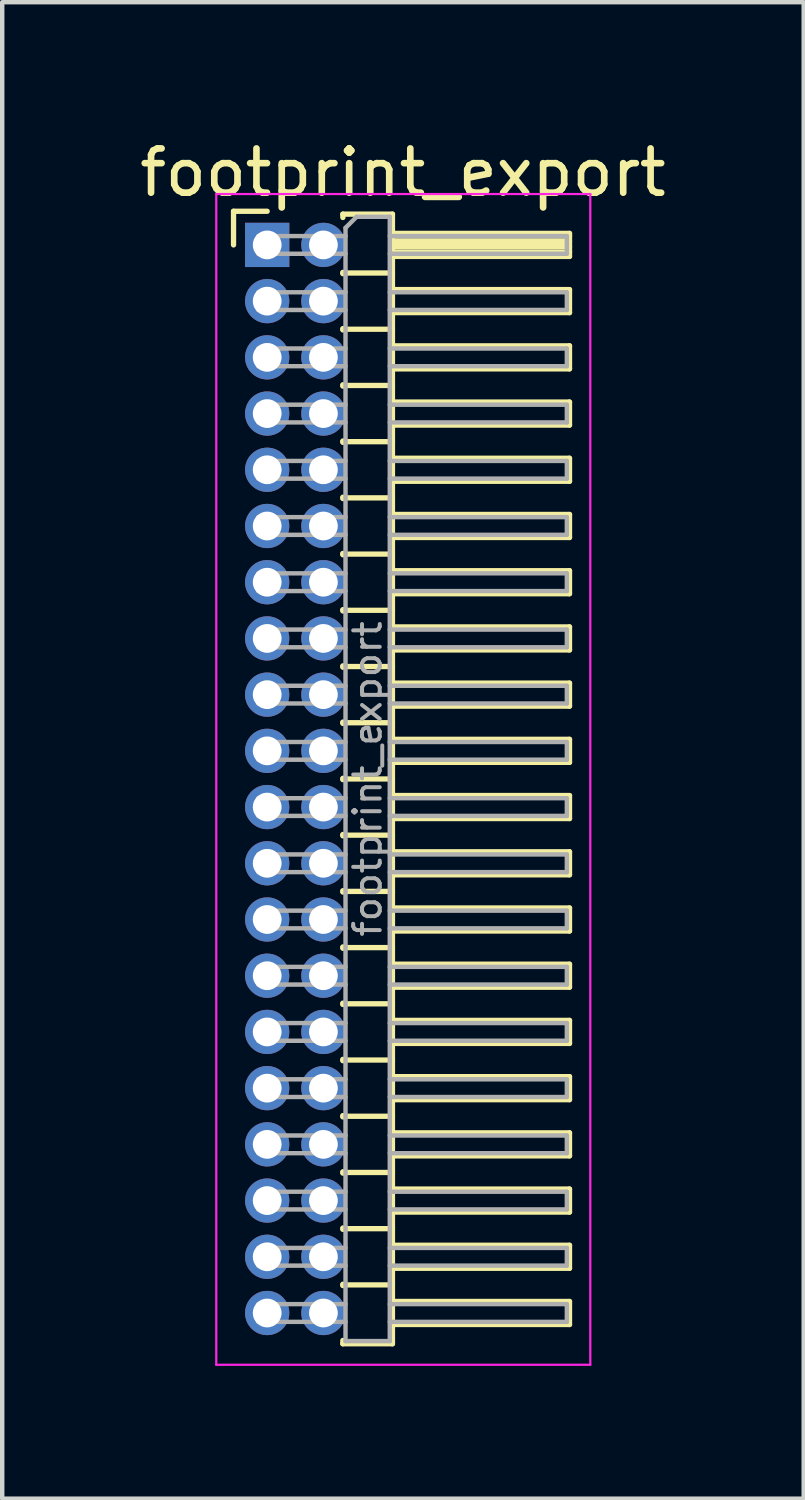
<source format=kicad_pcb>
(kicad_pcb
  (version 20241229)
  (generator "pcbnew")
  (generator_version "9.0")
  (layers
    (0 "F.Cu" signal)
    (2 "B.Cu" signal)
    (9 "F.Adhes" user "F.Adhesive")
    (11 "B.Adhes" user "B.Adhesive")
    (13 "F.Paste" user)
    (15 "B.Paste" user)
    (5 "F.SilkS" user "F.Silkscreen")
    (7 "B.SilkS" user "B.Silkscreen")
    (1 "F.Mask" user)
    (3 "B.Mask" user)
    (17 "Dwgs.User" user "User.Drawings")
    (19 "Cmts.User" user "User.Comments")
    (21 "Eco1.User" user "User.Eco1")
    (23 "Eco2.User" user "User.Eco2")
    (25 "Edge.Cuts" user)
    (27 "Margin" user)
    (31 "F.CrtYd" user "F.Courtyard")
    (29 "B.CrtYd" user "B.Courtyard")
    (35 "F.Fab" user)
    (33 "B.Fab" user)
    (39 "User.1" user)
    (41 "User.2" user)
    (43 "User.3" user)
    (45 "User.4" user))
  (footprint "footprint_export"
    (layer "F.Cu")
    (at 2.986 2.483)
    (property "Reference" "footprint_export" (at 3.067 -1.635 0) (layer "F.SilkS") (effects (font (size 1 1) (thickness 0.15))))
    (attr through_hole)
    (fp_line (start -0.76 -0.76) (end 0 -0.76) (stroke (width 0.12) (type solid)) (layer "F.SilkS"))
    (fp_line (start -0.76 0) (end -0.76 -0.76) (stroke (width 0.12) (type solid)) (layer "F.SilkS"))
    (fp_line (start 1.71 -0.695) (end 2.83 -0.695) (stroke (width 0.12) (type solid)) (layer "F.SilkS"))
    (fp_line (start 1.71 -0.62) (end 1.71 -0.695) (stroke (width 0.12) (type solid)) (layer "F.SilkS"))
    (fp_line (start 1.71 0.62) (end 1.71 0.65) (stroke (width 0.12) (type solid)) (layer "F.SilkS"))
    (fp_line (start 1.71 0.635) (end 2.83 0.635) (stroke (width 0.12) (type solid)) (layer "F.SilkS"))
    (fp_line (start 1.71 1.89) (end 1.71 1.92) (stroke (width 0.12) (type solid)) (layer "F.SilkS"))
    (fp_line (start 1.71 1.905) (end 2.83 1.905) (stroke (width 0.12) (type solid)) (layer "F.SilkS"))
    (fp_line (start 1.71 3.16) (end 1.71 3.19) (stroke (width 0.12) (type solid)) (layer "F.SilkS"))
    (fp_line (start 1.71 3.175) (end 2.83 3.175) (stroke (width 0.12) (type solid)) (layer "F.SilkS"))
    (fp_line (start 1.71 4.43) (end 1.71 4.46) (stroke (width 0.12) (type solid)) (layer "F.SilkS"))
    (fp_line (start 1.71 4.445) (end 2.83 4.445) (stroke (width 0.12) (type solid)) (layer "F.SilkS"))
    (fp_line (start 1.71 5.7) (end 1.71 5.73) (stroke (width 0.12) (type solid)) (layer "F.SilkS"))
    (fp_line (start 1.71 5.715) (end 2.83 5.715) (stroke (width 0.12) (type solid)) (layer "F.SilkS"))
    (fp_line (start 1.71 6.97) (end 1.71 7) (stroke (width 0.12) (type solid)) (layer "F.SilkS"))
    (fp_line (start 1.71 6.985) (end 2.83 6.985) (stroke (width 0.12) (type solid)) (layer "F.SilkS"))
    (fp_line (start 1.71 8.24) (end 1.71 8.27) (stroke (width 0.12) (type solid)) (layer "F.SilkS"))
    (fp_line (start 1.71 8.255) (end 2.83 8.255) (stroke (width 0.12) (type solid)) (layer "F.SilkS"))
    (fp_line (start 1.71 9.51) (end 1.71 9.54) (stroke (width 0.12) (type solid)) (layer "F.SilkS"))
    (fp_line (start 1.71 9.525) (end 2.83 9.525) (stroke (width 0.12) (type solid)) (layer "F.SilkS"))
    (fp_line (start 1.71 10.78) (end 1.71 10.81) (stroke (width 0.12) (type solid)) (layer "F.SilkS"))
    (fp_line (start 1.71 10.795) (end 2.83 10.795) (stroke (width 0.12) (type solid)) (layer "F.SilkS"))
    (fp_line (start 1.71 12.05) (end 1.71 12.08) (stroke (width 0.12) (type solid)) (layer "F.SilkS"))
    (fp_line (start 1.71 12.065) (end 2.83 12.065) (stroke (width 0.12) (type solid)) (layer "F.SilkS"))
    (fp_line (start 1.71 13.32) (end 1.71 13.35) (stroke (width 0.12) (type solid)) (layer "F.SilkS"))
    (fp_line (start 1.71 13.335) (end 2.83 13.335) (stroke (width 0.12) (type solid)) (layer "F.SilkS"))
    (fp_line (start 1.71 14.59) (end 1.71 14.62) (stroke (width 0.12) (type solid)) (layer "F.SilkS"))
    (fp_line (start 1.71 14.605) (end 2.83 14.605) (stroke (width 0.12) (type solid)) (layer "F.SilkS"))
    (fp_line (start 1.71 15.86) (end 1.71 15.89) (stroke (width 0.12) (type solid)) (layer "F.SilkS"))
    (fp_line (start 1.71 15.875) (end 2.83 15.875) (stroke (width 0.12) (type solid)) (layer "F.SilkS"))
    (fp_line (start 1.71 17.13) (end 1.71 17.16) (stroke (width 0.12) (type solid)) (layer "F.SilkS"))
    (fp_line (start 1.71 17.145) (end 2.83 17.145) (stroke (width 0.12) (type solid)) (layer "F.SilkS"))
    (fp_line (start 1.71 18.4) (end 1.71 18.43) (stroke (width 0.12) (type solid)) (layer "F.SilkS"))
    (fp_line (start 1.71 18.415) (end 2.83 18.415) (stroke (width 0.12) (type solid)) (layer "F.SilkS"))
    (fp_line (start 1.71 19.67) (end 1.71 19.7) (stroke (width 0.12) (type solid)) (layer "F.SilkS"))
    (fp_line (start 1.71 19.685) (end 2.83 19.685) (stroke (width 0.12) (type solid)) (layer "F.SilkS"))
    (fp_line (start 1.71 20.94) (end 1.71 20.97) (stroke (width 0.12) (type solid)) (layer "F.SilkS"))
    (fp_line (start 1.71 20.955) (end 2.83 20.955) (stroke (width 0.12) (type solid)) (layer "F.SilkS"))
    (fp_line (start 1.71 22.21) (end 1.71 22.24) (stroke (width 0.12) (type solid)) (layer "F.SilkS"))
    (fp_line (start 1.71 22.225) (end 2.83 22.225) (stroke (width 0.12) (type solid)) (layer "F.SilkS"))
    (fp_line (start 1.71 23.48) (end 1.71 23.51) (stroke (width 0.12) (type solid)) (layer "F.SilkS"))
    (fp_line (start 1.71 23.495) (end 2.83 23.495) (stroke (width 0.12) (type solid)) (layer "F.SilkS"))
    (fp_line (start 1.71 24.825) (end 1.71 24.75) (stroke (width 0.12) (type solid)) (layer "F.SilkS"))
    (fp_line (start 2.83 -0.695) (end 2.83 24.825) (stroke (width 0.12) (type solid)) (layer "F.SilkS"))
    (fp_line (start 2.83 -0.26) (end 6.83 -0.26) (stroke (width 0.12) (type solid)) (layer "F.SilkS"))
    (fp_line (start 2.83 -0.2) (end 6.83 -0.2) (stroke (width 0.12) (type solid)) (layer "F.SilkS"))
    (fp_line (start 2.83 -0.08) (end 6.83 -0.08) (stroke (width 0.12) (type solid)) (layer "F.SilkS"))
    (fp_line (start 2.83 0.04) (end 6.83 0.04) (stroke (width 0.12) (type solid)) (layer "F.SilkS"))
    (fp_line (start 2.83 0.16) (end 6.83 0.16) (stroke (width 0.12) (type solid)) (layer "F.SilkS"))
    (fp_line (start 2.83 1.01) (end 6.83 1.01) (stroke (width 0.12) (type solid)) (layer "F.SilkS"))
    (fp_line (start 2.83 2.28) (end 6.83 2.28) (stroke (width 0.12) (type solid)) (layer "F.SilkS"))
    (fp_line (start 2.83 3.55) (end 6.83 3.55) (stroke (width 0.12) (type solid)) (layer "F.SilkS"))
    (fp_line (start 2.83 4.82) (end 6.83 4.82) (stroke (width 0.12) (type solid)) (layer "F.SilkS"))
    (fp_line (start 2.83 6.09) (end 6.83 6.09) (stroke (width 0.12) (type solid)) (layer "F.SilkS"))
    (fp_line (start 2.83 7.36) (end 6.83 7.36) (stroke (width 0.12) (type solid)) (layer "F.SilkS"))
    (fp_line (start 2.83 8.63) (end 6.83 8.63) (stroke (width 0.12) (type solid)) (layer "F.SilkS"))
    (fp_line (start 2.83 9.9) (end 6.83 9.9) (stroke (width 0.12) (type solid)) (layer "F.SilkS"))
    (fp_line (start 2.83 11.17) (end 6.83 11.17) (stroke (width 0.12) (type solid)) (layer "F.SilkS"))
    (fp_line (start 2.83 12.44) (end 6.83 12.44) (stroke (width 0.12) (type solid)) (layer "F.SilkS"))
    (fp_line (start 2.83 13.71) (end 6.83 13.71) (stroke (width 0.12) (type solid)) (layer "F.SilkS"))
    (fp_line (start 2.83 14.98) (end 6.83 14.98) (stroke (width 0.12) (type solid)) (layer "F.SilkS"))
    (fp_line (start 2.83 16.25) (end 6.83 16.25) (stroke (width 0.12) (type solid)) (layer "F.SilkS"))
    (fp_line (start 2.83 17.52) (end 6.83 17.52) (stroke (width 0.12) (type solid)) (layer "F.SilkS"))
    (fp_line (start 2.83 18.79) (end 6.83 18.79) (stroke (width 0.12) (type solid)) (layer "F.SilkS"))
    (fp_line (start 2.83 20.06) (end 6.83 20.06) (stroke (width 0.12) (type solid)) (layer "F.SilkS"))
    (fp_line (start 2.83 21.33) (end 6.83 21.33) (stroke (width 0.12) (type solid)) (layer "F.SilkS"))
    (fp_line (start 2.83 22.6) (end 6.83 22.6) (stroke (width 0.12) (type solid)) (layer "F.SilkS"))
    (fp_line (start 2.83 23.87) (end 6.83 23.87) (stroke (width 0.12) (type solid)) (layer "F.SilkS"))
    (fp_line (start 2.83 24.825) (end 1.71 24.825) (stroke (width 0.12) (type solid)) (layer "F.SilkS"))
    (fp_line (start 6.83 -0.26) (end 6.83 0.26) (stroke (width 0.12) (type solid)) (layer "F.SilkS"))
    (fp_line (start 6.83 0.26) (end 2.83 0.26) (stroke (width 0.12) (type solid)) (layer "F.SilkS"))
    (fp_line (start 6.83 1.01) (end 6.83 1.53) (stroke (width 0.12) (type solid)) (layer "F.SilkS"))
    (fp_line (start 6.83 1.53) (end 2.83 1.53) (stroke (width 0.12) (type solid)) (layer "F.SilkS"))
    (fp_line (start 6.83 2.28) (end 6.83 2.8) (stroke (width 0.12) (type solid)) (layer "F.SilkS"))
    (fp_line (start 6.83 2.8) (end 2.83 2.8) (stroke (width 0.12) (type solid)) (layer "F.SilkS"))
    (fp_line (start 6.83 3.55) (end 6.83 4.07) (stroke (width 0.12) (type solid)) (layer "F.SilkS"))
    (fp_line (start 6.83 4.07) (end 2.83 4.07) (stroke (width 0.12) (type solid)) (layer "F.SilkS"))
    (fp_line (start 6.83 4.82) (end 6.83 5.34) (stroke (width 0.12) (type solid)) (layer "F.SilkS"))
    (fp_line (start 6.83 5.34) (end 2.83 5.34) (stroke (width 0.12) (type solid)) (layer "F.SilkS"))
    (fp_line (start 6.83 6.09) (end 6.83 6.61) (stroke (width 0.12) (type solid)) (layer "F.SilkS"))
    (fp_line (start 6.83 6.61) (end 2.83 6.61) (stroke (width 0.12) (type solid)) (layer "F.SilkS"))
    (fp_line (start 6.83 7.36) (end 6.83 7.88) (stroke (width 0.12) (type solid)) (layer "F.SilkS"))
    (fp_line (start 6.83 7.88) (end 2.83 7.88) (stroke (width 0.12) (type solid)) (layer "F.SilkS"))
    (fp_line (start 6.83 8.63) (end 6.83 9.15) (stroke (width 0.12) (type solid)) (layer "F.SilkS"))
    (fp_line (start 6.83 9.15) (end 2.83 9.15) (stroke (width 0.12) (type solid)) (layer "F.SilkS"))
    (fp_line (start 6.83 9.9) (end 6.83 10.42) (stroke (width 0.12) (type solid)) (layer "F.SilkS"))
    (fp_line (start 6.83 10.42) (end 2.83 10.42) (stroke (width 0.12) (type solid)) (layer "F.SilkS"))
    (fp_line (start 6.83 11.17) (end 6.83 11.69) (stroke (width 0.12) (type solid)) (layer "F.SilkS"))
    (fp_line (start 6.83 11.69) (end 2.83 11.69) (stroke (width 0.12) (type solid)) (layer "F.SilkS"))
    (fp_line (start 6.83 12.44) (end 6.83 12.96) (stroke (width 0.12) (type solid)) (layer "F.SilkS"))
    (fp_line (start 6.83 12.96) (end 2.83 12.96) (stroke (width 0.12) (type solid)) (layer "F.SilkS"))
    (fp_line (start 6.83 13.71) (end 6.83 14.23) (stroke (width 0.12) (type solid)) (layer "F.SilkS"))
    (fp_line (start 6.83 14.23) (end 2.83 14.23) (stroke (width 0.12) (type solid)) (layer "F.SilkS"))
    (fp_line (start 6.83 14.98) (end 6.83 15.5) (stroke (width 0.12) (type solid)) (layer "F.SilkS"))
    (fp_line (start 6.83 15.5) (end 2.83 15.5) (stroke (width 0.12) (type solid)) (layer "F.SilkS"))
    (fp_line (start 6.83 16.25) (end 6.83 16.77) (stroke (width 0.12) (type solid)) (layer "F.SilkS"))
    (fp_line (start 6.83 16.77) (end 2.83 16.77) (stroke (width 0.12) (type solid)) (layer "F.SilkS"))
    (fp_line (start 6.83 17.52) (end 6.83 18.04) (stroke (width 0.12) (type solid)) (layer "F.SilkS"))
    (fp_line (start 6.83 18.04) (end 2.83 18.04) (stroke (width 0.12) (type solid)) (layer "F.SilkS"))
    (fp_line (start 6.83 18.79) (end 6.83 19.31) (stroke (width 0.12) (type solid)) (layer "F.SilkS"))
    (fp_line (start 6.83 19.31) (end 2.83 19.31) (stroke (width 0.12) (type solid)) (layer "F.SilkS"))
    (fp_line (start 6.83 20.06) (end 6.83 20.58) (stroke (width 0.12) (type solid)) (layer "F.SilkS"))
    (fp_line (start 6.83 20.58) (end 2.83 20.58) (stroke (width 0.12) (type solid)) (layer "F.SilkS"))
    (fp_line (start 6.83 21.33) (end 6.83 21.85) (stroke (width 0.12) (type solid)) (layer "F.SilkS"))
    (fp_line (start 6.83 21.85) (end 2.83 21.85) (stroke (width 0.12) (type solid)) (layer "F.SilkS"))
    (fp_line (start 6.83 22.6) (end 6.83 23.12) (stroke (width 0.12) (type solid)) (layer "F.SilkS"))
    (fp_line (start 6.83 23.12) (end 2.83 23.12) (stroke (width 0.12) (type solid)) (layer "F.SilkS"))
    (fp_line (start 6.83 23.87) (end 6.83 24.39) (stroke (width 0.12) (type solid)) (layer "F.SilkS"))
    (fp_line (start 6.83 24.39) (end 2.83 24.39) (stroke (width 0.12) (type solid)) (layer "F.SilkS"))
    (fp_line (start -1.15 -1.15) (end -1.15 25.3) (stroke (width 0.05) (type solid)) (layer "F.CrtYd"))
    (fp_line (start -1.15 25.3) (end 7.3 25.3) (stroke (width 0.05) (type solid)) (layer "F.CrtYd"))
    (fp_line (start 7.3 -1.15) (end -1.15 -1.15) (stroke (width 0.05) (type solid)) (layer "F.CrtYd"))
    (fp_line (start 7.3 25.3) (end 7.3 -1.15) (stroke (width 0.05) (type solid)) (layer "F.CrtYd"))
    (fp_line (start -0.2 -0.2) (end -0.2 0.2) (stroke (width 0.1) (type solid)) (layer "F.Fab"))
    (fp_line (start -0.2 -0.2) (end 1.77 -0.2) (stroke (width 0.1) (type solid)) (layer "F.Fab"))
    (fp_line (start -0.2 0.2) (end 1.77 0.2) (stroke (width 0.1) (type solid)) (layer "F.Fab"))
    (fp_line (start -0.2 1.07) (end -0.2 1.47) (stroke (width 0.1) (type solid)) (layer "F.Fab"))
    (fp_line (start -0.2 1.07) (end 1.77 1.07) (stroke (width 0.1) (type solid)) (layer "F.Fab"))
    (fp_line (start -0.2 1.47) (end 1.77 1.47) (stroke (width 0.1) (type solid)) (layer "F.Fab"))
    (fp_line (start -0.2 2.34) (end -0.2 2.74) (stroke (width 0.1) (type solid)) (layer "F.Fab"))
    (fp_line (start -0.2 2.34) (end 1.77 2.34) (stroke (width 0.1) (type solid)) (layer "F.Fab"))
    (fp_line (start -0.2 2.74) (end 1.77 2.74) (stroke (width 0.1) (type solid)) (layer "F.Fab"))
    (fp_line (start -0.2 3.61) (end -0.2 4.01) (stroke (width 0.1) (type solid)) (layer "F.Fab"))
    (fp_line (start -0.2 3.61) (end 1.77 3.61) (stroke (width 0.1) (type solid)) (layer "F.Fab"))
    (fp_line (start -0.2 4.01) (end 1.77 4.01) (stroke (width 0.1) (type solid)) (layer "F.Fab"))
    (fp_line (start -0.2 4.88) (end -0.2 5.28) (stroke (width 0.1) (type solid)) (layer "F.Fab"))
    (fp_line (start -0.2 4.88) (end 1.77 4.88) (stroke (width 0.1) (type solid)) (layer "F.Fab"))
    (fp_line (start -0.2 5.28) (end 1.77 5.28) (stroke (width 0.1) (type solid)) (layer "F.Fab"))
    (fp_line (start -0.2 6.15) (end -0.2 6.55) (stroke (width 0.1) (type solid)) (layer "F.Fab"))
    (fp_line (start -0.2 6.15) (end 1.77 6.15) (stroke (width 0.1) (type solid)) (layer "F.Fab"))
    (fp_line (start -0.2 6.55) (end 1.77 6.55) (stroke (width 0.1) (type solid)) (layer "F.Fab"))
    (fp_line (start -0.2 7.42) (end -0.2 7.82) (stroke (width 0.1) (type solid)) (layer "F.Fab"))
    (fp_line (start -0.2 7.42) (end 1.77 7.42) (stroke (width 0.1) (type solid)) (layer "F.Fab"))
    (fp_line (start -0.2 7.82) (end 1.77 7.82) (stroke (width 0.1) (type solid)) (layer "F.Fab"))
    (fp_line (start -0.2 8.69) (end -0.2 9.09) (stroke (width 0.1) (type solid)) (layer "F.Fab"))
    (fp_line (start -0.2 8.69) (end 1.77 8.69) (stroke (width 0.1) (type solid)) (layer "F.Fab"))
    (fp_line (start -0.2 9.09) (end 1.77 9.09) (stroke (width 0.1) (type solid)) (layer "F.Fab"))
    (fp_line (start -0.2 9.96) (end -0.2 10.36) (stroke (width 0.1) (type solid)) (layer "F.Fab"))
    (fp_line (start -0.2 9.96) (end 1.77 9.96) (stroke (width 0.1) (type solid)) (layer "F.Fab"))
    (fp_line (start -0.2 10.36) (end 1.77 10.36) (stroke (width 0.1) (type solid)) (layer "F.Fab"))
    (fp_line (start -0.2 11.23) (end -0.2 11.63) (stroke (width 0.1) (type solid)) (layer "F.Fab"))
    (fp_line (start -0.2 11.23) (end 1.77 11.23) (stroke (width 0.1) (type solid)) (layer "F.Fab"))
    (fp_line (start -0.2 11.63) (end 1.77 11.63) (stroke (width 0.1) (type solid)) (layer "F.Fab"))
    (fp_line (start -0.2 12.5) (end -0.2 12.9) (stroke (width 0.1) (type solid)) (layer "F.Fab"))
    (fp_line (start -0.2 12.5) (end 1.77 12.5) (stroke (width 0.1) (type solid)) (layer "F.Fab"))
    (fp_line (start -0.2 12.9) (end 1.77 12.9) (stroke (width 0.1) (type solid)) (layer "F.Fab"))
    (fp_line (start -0.2 13.77) (end -0.2 14.17) (stroke (width 0.1) (type solid)) (layer "F.Fab"))
    (fp_line (start -0.2 13.77) (end 1.77 13.77) (stroke (width 0.1) (type solid)) (layer "F.Fab"))
    (fp_line (start -0.2 14.17) (end 1.77 14.17) (stroke (width 0.1) (type solid)) (layer "F.Fab"))
    (fp_line (start -0.2 15.04) (end -0.2 15.44) (stroke (width 0.1) (type solid)) (layer "F.Fab"))
    (fp_line (start -0.2 15.04) (end 1.77 15.04) (stroke (width 0.1) (type solid)) (layer "F.Fab"))
    (fp_line (start -0.2 15.44) (end 1.77 15.44) (stroke (width 0.1) (type solid)) (layer "F.Fab"))
    (fp_line (start -0.2 16.31) (end -0.2 16.71) (stroke (width 0.1) (type solid)) (layer "F.Fab"))
    (fp_line (start -0.2 16.31) (end 1.77 16.31) (stroke (width 0.1) (type solid)) (layer "F.Fab"))
    (fp_line (start -0.2 16.71) (end 1.77 16.71) (stroke (width 0.1) (type solid)) (layer "F.Fab"))
    (fp_line (start -0.2 17.58) (end -0.2 17.98) (stroke (width 0.1) (type solid)) (layer "F.Fab"))
    (fp_line (start -0.2 17.58) (end 1.77 17.58) (stroke (width 0.1) (type solid)) (layer "F.Fab"))
    (fp_line (start -0.2 17.98) (end 1.77 17.98) (stroke (width 0.1) (type solid)) (layer "F.Fab"))
    (fp_line (start -0.2 18.85) (end -0.2 19.25) (stroke (width 0.1) (type solid)) (layer "F.Fab"))
    (fp_line (start -0.2 18.85) (end 1.77 18.85) (stroke (width 0.1) (type solid)) (layer "F.Fab"))
    (fp_line (start -0.2 19.25) (end 1.77 19.25) (stroke (width 0.1) (type solid)) (layer "F.Fab"))
    (fp_line (start -0.2 20.12) (end -0.2 20.52) (stroke (width 0.1) (type solid)) (layer "F.Fab"))
    (fp_line (start -0.2 20.12) (end 1.77 20.12) (stroke (width 0.1) (type solid)) (layer "F.Fab"))
    (fp_line (start -0.2 20.52) (end 1.77 20.52) (stroke (width 0.1) (type solid)) (layer "F.Fab"))
    (fp_line (start -0.2 21.39) (end -0.2 21.79) (stroke (width 0.1) (type solid)) (layer "F.Fab"))
    (fp_line (start -0.2 21.39) (end 1.77 21.39) (stroke (width 0.1) (type solid)) (layer "F.Fab"))
    (fp_line (start -0.2 21.79) (end 1.77 21.79) (stroke (width 0.1) (type solid)) (layer "F.Fab"))
    (fp_line (start -0.2 22.66) (end -0.2 23.06) (stroke (width 0.1) (type solid)) (layer "F.Fab"))
    (fp_line (start -0.2 22.66) (end 1.77 22.66) (stroke (width 0.1) (type solid)) (layer "F.Fab"))
    (fp_line (start -0.2 23.06) (end 1.77 23.06) (stroke (width 0.1) (type solid)) (layer "F.Fab"))
    (fp_line (start -0.2 23.93) (end -0.2 24.33) (stroke (width 0.1) (type solid)) (layer "F.Fab"))
    (fp_line (start -0.2 23.93) (end 1.77 23.93) (stroke (width 0.1) (type solid)) (layer "F.Fab"))
    (fp_line (start -0.2 24.33) (end 1.77 24.33) (stroke (width 0.1) (type solid)) (layer "F.Fab"))
    (fp_line (start 1.77 -0.385) (end 2.02 -0.635) (stroke (width 0.1) (type solid)) (layer "F.Fab"))
    (fp_line (start 1.77 24.765) (end 1.77 -0.385) (stroke (width 0.1) (type solid)) (layer "F.Fab"))
    (fp_line (start 2.02 -0.635) (end 2.77 -0.635) (stroke (width 0.1) (type solid)) (layer "F.Fab"))
    (fp_line (start 2.77 -0.635) (end 2.77 24.765) (stroke (width 0.1) (type solid)) (layer "F.Fab"))
    (fp_line (start 2.77 -0.2) (end 6.77 -0.2) (stroke (width 0.1) (type solid)) (layer "F.Fab"))
    (fp_line (start 2.77 0.2) (end 6.77 0.2) (stroke (width 0.1) (type solid)) (layer "F.Fab"))
    (fp_line (start 2.77 1.07) (end 6.77 1.07) (stroke (width 0.1) (type solid)) (layer "F.Fab"))
    (fp_line (start 2.77 1.47) (end 6.77 1.47) (stroke (width 0.1) (type solid)) (layer "F.Fab"))
    (fp_line (start 2.77 2.34) (end 6.77 2.34) (stroke (width 0.1) (type solid)) (layer "F.Fab"))
    (fp_line (start 2.77 2.74) (end 6.77 2.74) (stroke (width 0.1) (type solid)) (layer "F.Fab"))
    (fp_line (start 2.77 3.61) (end 6.77 3.61) (stroke (width 0.1) (type solid)) (layer "F.Fab"))
    (fp_line (start 2.77 4.01) (end 6.77 4.01) (stroke (width 0.1) (type solid)) (layer "F.Fab"))
    (fp_line (start 2.77 4.88) (end 6.77 4.88) (stroke (width 0.1) (type solid)) (layer "F.Fab"))
    (fp_line (start 2.77 5.28) (end 6.77 5.28) (stroke (width 0.1) (type solid)) (layer "F.Fab"))
    (fp_line (start 2.77 6.15) (end 6.77 6.15) (stroke (width 0.1) (type solid)) (layer "F.Fab"))
    (fp_line (start 2.77 6.55) (end 6.77 6.55) (stroke (width 0.1) (type solid)) (layer "F.Fab"))
    (fp_line (start 2.77 7.42) (end 6.77 7.42) (stroke (width 0.1) (type solid)) (layer "F.Fab"))
    (fp_line (start 2.77 7.82) (end 6.77 7.82) (stroke (width 0.1) (type solid)) (layer "F.Fab"))
    (fp_line (start 2.77 8.69) (end 6.77 8.69) (stroke (width 0.1) (type solid)) (layer "F.Fab"))
    (fp_line (start 2.77 9.09) (end 6.77 9.09) (stroke (width 0.1) (type solid)) (layer "F.Fab"))
    (fp_line (start 2.77 9.96) (end 6.77 9.96) (stroke (width 0.1) (type solid)) (layer "F.Fab"))
    (fp_line (start 2.77 10.36) (end 6.77 10.36) (stroke (width 0.1) (type solid)) (layer "F.Fab"))
    (fp_line (start 2.77 11.23) (end 6.77 11.23) (stroke (width 0.1) (type solid)) (layer "F.Fab"))
    (fp_line (start 2.77 11.63) (end 6.77 11.63) (stroke (width 0.1) (type solid)) (layer "F.Fab"))
    (fp_line (start 2.77 12.5) (end 6.77 12.5) (stroke (width 0.1) (type solid)) (layer "F.Fab"))
    (fp_line (start 2.77 12.9) (end 6.77 12.9) (stroke (width 0.1) (type solid)) (layer "F.Fab"))
    (fp_line (start 2.77 13.77) (end 6.77 13.77) (stroke (width 0.1) (type solid)) (layer "F.Fab"))
    (fp_line (start 2.77 14.17) (end 6.77 14.17) (stroke (width 0.1) (type solid)) (layer "F.Fab"))
    (fp_line (start 2.77 15.04) (end 6.77 15.04) (stroke (width 0.1) (type solid)) (layer "F.Fab"))
    (fp_line (start 2.77 15.44) (end 6.77 15.44) (stroke (width 0.1) (type solid)) (layer "F.Fab"))
    (fp_line (start 2.77 16.31) (end 6.77 16.31) (stroke (width 0.1) (type solid)) (layer "F.Fab"))
    (fp_line (start 2.77 16.71) (end 6.77 16.71) (stroke (width 0.1) (type solid)) (layer "F.Fab"))
    (fp_line (start 2.77 17.58) (end 6.77 17.58) (stroke (width 0.1) (type solid)) (layer "F.Fab"))
    (fp_line (start 2.77 17.98) (end 6.77 17.98) (stroke (width 0.1) (type solid)) (layer "F.Fab"))
    (fp_line (start 2.77 18.85) (end 6.77 18.85) (stroke (width 0.1) (type solid)) (layer "F.Fab"))
    (fp_line (start 2.77 19.25) (end 6.77 19.25) (stroke (width 0.1) (type solid)) (layer "F.Fab"))
    (fp_line (start 2.77 20.12) (end 6.77 20.12) (stroke (width 0.1) (type solid)) (layer "F.Fab"))
    (fp_line (start 2.77 20.52) (end 6.77 20.52) (stroke (width 0.1) (type solid)) (layer "F.Fab"))
    (fp_line (start 2.77 21.39) (end 6.77 21.39) (stroke (width 0.1) (type solid)) (layer "F.Fab"))
    (fp_line (start 2.77 21.79) (end 6.77 21.79) (stroke (width 0.1) (type solid)) (layer "F.Fab"))
    (fp_line (start 2.77 22.66) (end 6.77 22.66) (stroke (width 0.1) (type solid)) (layer "F.Fab"))
    (fp_line (start 2.77 23.06) (end 6.77 23.06) (stroke (width 0.1) (type solid)) (layer "F.Fab"))
    (fp_line (start 2.77 23.93) (end 6.77 23.93) (stroke (width 0.1) (type solid)) (layer "F.Fab"))
    (fp_line (start 2.77 24.33) (end 6.77 24.33) (stroke (width 0.1) (type solid)) (layer "F.Fab"))
    (fp_line (start 2.77 24.765) (end 1.77 24.765) (stroke (width 0.1) (type solid)) (layer "F.Fab"))
    (fp_line (start 6.77 -0.2) (end 6.77 0.2) (stroke (width 0.1) (type solid)) (layer "F.Fab"))
    (fp_line (start 6.77 1.07) (end 6.77 1.47) (stroke (width 0.1) (type solid)) (layer "F.Fab"))
    (fp_line (start 6.77 2.34) (end 6.77 2.74) (stroke (width 0.1) (type solid)) (layer "F.Fab"))
    (fp_line (start 6.77 3.61) (end 6.77 4.01) (stroke (width 0.1) (type solid)) (layer "F.Fab"))
    (fp_line (start 6.77 4.88) (end 6.77 5.28) (stroke (width 0.1) (type solid)) (layer "F.Fab"))
    (fp_line (start 6.77 6.15) (end 6.77 6.55) (stroke (width 0.1) (type solid)) (layer "F.Fab"))
    (fp_line (start 6.77 7.42) (end 6.77 7.82) (stroke (width 0.1) (type solid)) (layer "F.Fab"))
    (fp_line (start 6.77 8.69) (end 6.77 9.09) (stroke (width 0.1) (type solid)) (layer "F.Fab"))
    (fp_line (start 6.77 9.96) (end 6.77 10.36) (stroke (width 0.1) (type solid)) (layer "F.Fab"))
    (fp_line (start 6.77 11.23) (end 6.77 11.63) (stroke (width 0.1) (type solid)) (layer "F.Fab"))
    (fp_line (start 6.77 12.5) (end 6.77 12.9) (stroke (width 0.1) (type solid)) (layer "F.Fab"))
    (fp_line (start 6.77 13.77) (end 6.77 14.17) (stroke (width 0.1) (type solid)) (layer "F.Fab"))
    (fp_line (start 6.77 15.04) (end 6.77 15.44) (stroke (width 0.1) (type solid)) (layer "F.Fab"))
    (fp_line (start 6.77 16.31) (end 6.77 16.71) (stroke (width 0.1) (type solid)) (layer "F.Fab"))
    (fp_line (start 6.77 17.58) (end 6.77 17.98) (stroke (width 0.1) (type solid)) (layer "F.Fab"))
    (fp_line (start 6.77 18.85) (end 6.77 19.25) (stroke (width 0.1) (type solid)) (layer "F.Fab"))
    (fp_line (start 6.77 20.12) (end 6.77 20.52) (stroke (width 0.1) (type solid)) (layer "F.Fab"))
    (fp_line (start 6.77 21.39) (end 6.77 21.79) (stroke (width 0.1) (type solid)) (layer "F.Fab"))
    (fp_line (start 6.77 22.66) (end 6.77 23.06) (stroke (width 0.1) (type solid)) (layer "F.Fab"))
    (fp_line (start 6.77 23.93) (end 6.77 24.33) (stroke (width 0.1) (type solid)) (layer "F.Fab"))
    (fp_text user "${REFERENCE}" (at 2.27 12.065 90) (layer "F.Fab") (effects (font (size 0.6 0.6) (thickness 0.09))))
    (pad "1" thru_hole rect (at 0 0) (size 1 1) (drill 0.65) (layers "*.Cu" "*.Mask"))
    (pad "2" thru_hole oval (at 1.27 0) (size 1 1) (drill 0.65) (layers "*.Cu" "*.Mask"))
    (pad "3" thru_hole oval (at 0 1.27) (size 1 1) (drill 0.65) (layers "*.Cu" "*.Mask"))
    (pad "4" thru_hole oval (at 1.27 1.27) (size 1 1) (drill 0.65) (layers "*.Cu" "*.Mask"))
    (pad "5" thru_hole oval (at 0 2.54) (size 1 1) (drill 0.65) (layers "*.Cu" "*.Mask"))
    (pad "6" thru_hole oval (at 1.27 2.54) (size 1 1) (drill 0.65) (layers "*.Cu" "*.Mask"))
    (pad "7" thru_hole oval (at 0 3.81) (size 1 1) (drill 0.65) (layers "*.Cu" "*.Mask"))
    (pad "8" thru_hole oval (at 1.27 3.81) (size 1 1) (drill 0.65) (layers "*.Cu" "*.Mask"))
    (pad "9" thru_hole oval (at 0 5.08) (size 1 1) (drill 0.65) (layers "*.Cu" "*.Mask"))
    (pad "10" thru_hole oval (at 1.27 5.08) (size 1 1) (drill 0.65) (layers "*.Cu" "*.Mask"))
    (pad "11" thru_hole oval (at 0 6.35) (size 1 1) (drill 0.65) (layers "*.Cu" "*.Mask"))
    (pad "12" thru_hole oval (at 1.27 6.35) (size 1 1) (drill 0.65) (layers "*.Cu" "*.Mask"))
    (pad "13" thru_hole oval (at 0 7.62) (size 1 1) (drill 0.65) (layers "*.Cu" "*.Mask"))
    (pad "14" thru_hole oval (at 1.27 7.62) (size 1 1) (drill 0.65) (layers "*.Cu" "*.Mask"))
    (pad "15" thru_hole oval (at 0 8.89) (size 1 1) (drill 0.65) (layers "*.Cu" "*.Mask"))
    (pad "16" thru_hole oval (at 1.27 8.89) (size 1 1) (drill 0.65) (layers "*.Cu" "*.Mask"))
    (pad "17" thru_hole oval (at 0 10.16) (size 1 1) (drill 0.65) (layers "*.Cu" "*.Mask"))
    (pad "18" thru_hole oval (at 1.27 10.16) (size 1 1) (drill 0.65) (layers "*.Cu" "*.Mask"))
    (pad "19" thru_hole oval (at 0 11.43) (size 1 1) (drill 0.65) (layers "*.Cu" "*.Mask"))
    (pad "20" thru_hole oval (at 1.27 11.43) (size 1 1) (drill 0.65) (layers "*.Cu" "*.Mask"))
    (pad "21" thru_hole oval (at 0 12.7) (size 1 1) (drill 0.65) (layers "*.Cu" "*.Mask"))
    (pad "22" thru_hole oval (at 1.27 12.7) (size 1 1) (drill 0.65) (layers "*.Cu" "*.Mask"))
    (pad "23" thru_hole oval (at 0 13.97) (size 1 1) (drill 0.65) (layers "*.Cu" "*.Mask"))
    (pad "24" thru_hole oval (at 1.27 13.97) (size 1 1) (drill 0.65) (layers "*.Cu" "*.Mask"))
    (pad "25" thru_hole oval (at 0 15.24) (size 1 1) (drill 0.65) (layers "*.Cu" "*.Mask"))
    (pad "26" thru_hole oval (at 1.27 15.24) (size 1 1) (drill 0.65) (layers "*.Cu" "*.Mask"))
    (pad "27" thru_hole oval (at 0 16.51) (size 1 1) (drill 0.65) (layers "*.Cu" "*.Mask"))
    (pad "28" thru_hole oval (at 1.27 16.51) (size 1 1) (drill 0.65) (layers "*.Cu" "*.Mask"))
    (pad "29" thru_hole oval (at 0 17.78) (size 1 1) (drill 0.65) (layers "*.Cu" "*.Mask"))
    (pad "30" thru_hole oval (at 1.27 17.78) (size 1 1) (drill 0.65) (layers "*.Cu" "*.Mask"))
    (pad "31" thru_hole oval (at 0 19.05) (size 1 1) (drill 0.65) (layers "*.Cu" "*.Mask"))
    (pad "32" thru_hole oval (at 1.27 19.05) (size 1 1) (drill 0.65) (layers "*.Cu" "*.Mask"))
    (pad "33" thru_hole oval (at 0 20.32) (size 1 1) (drill 0.65) (layers "*.Cu" "*.Mask"))
    (pad "34" thru_hole oval (at 1.27 20.32) (size 1 1) (drill 0.65) (layers "*.Cu" "*.Mask"))
    (pad "35" thru_hole oval (at 0 21.59) (size 1 1) (drill 0.65) (layers "*.Cu" "*.Mask"))
    (pad "36" thru_hole oval (at 1.27 21.59) (size 1 1) (drill 0.65) (layers "*.Cu" "*.Mask"))
    (pad "37" thru_hole oval (at 0 22.86) (size 1 1) (drill 0.65) (layers "*.Cu" "*.Mask"))
    (pad "38" thru_hole oval (at 1.27 22.86) (size 1 1) (drill 0.65) (layers "*.Cu" "*.Mask"))
    (pad "39" thru_hole oval (at 0 24.13) (size 1 1) (drill 0.65) (layers "*.Cu" "*.Mask"))
    (pad "40" thru_hole oval (at 1.27 24.13) (size 1 1) (drill 0.65) (layers "*.Cu" "*.Mask")))
  (gr_rect
    (start -3 -3)
    (end 15.107 30.808)
    (stroke (width 0.1) (type default))
    (fill no)
    (layer "Edge.Cuts")))
</source>
